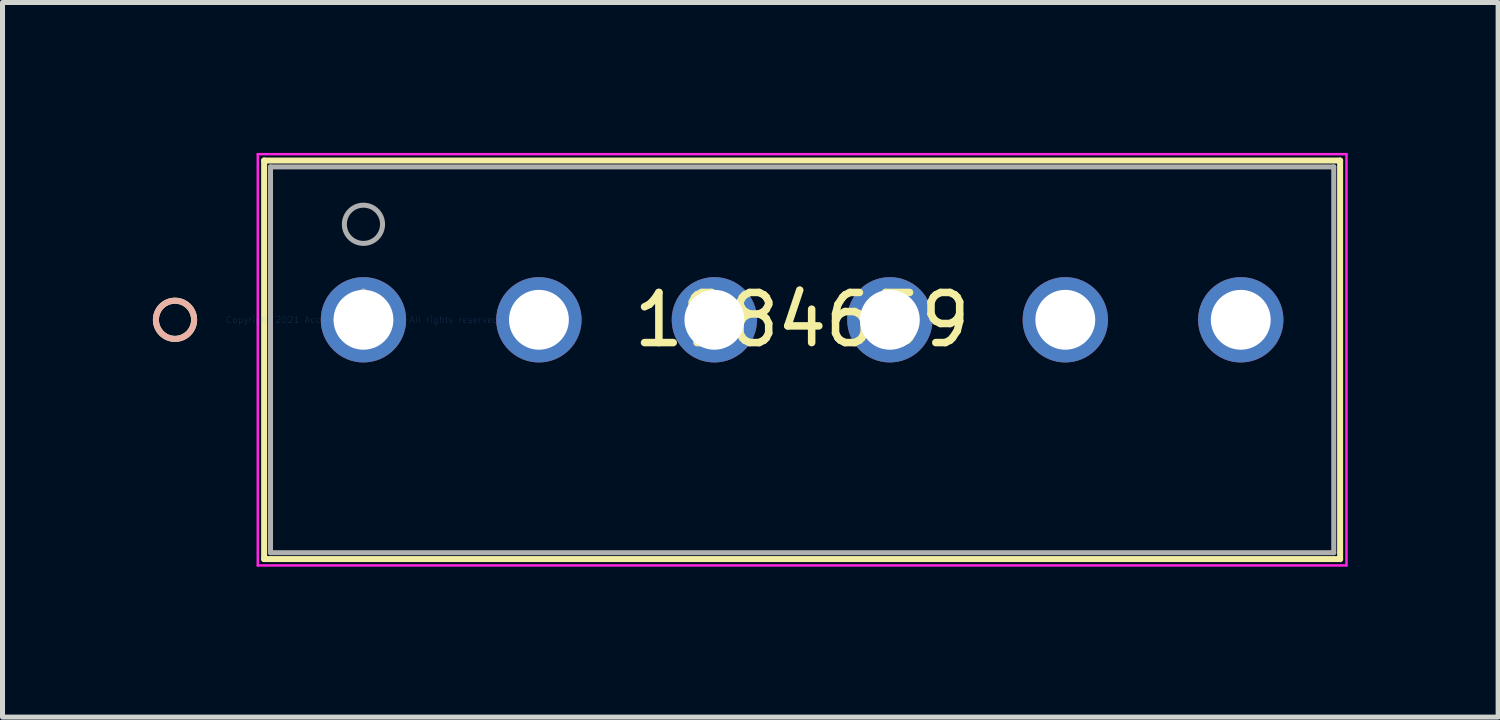
<source format=kicad_pcb>
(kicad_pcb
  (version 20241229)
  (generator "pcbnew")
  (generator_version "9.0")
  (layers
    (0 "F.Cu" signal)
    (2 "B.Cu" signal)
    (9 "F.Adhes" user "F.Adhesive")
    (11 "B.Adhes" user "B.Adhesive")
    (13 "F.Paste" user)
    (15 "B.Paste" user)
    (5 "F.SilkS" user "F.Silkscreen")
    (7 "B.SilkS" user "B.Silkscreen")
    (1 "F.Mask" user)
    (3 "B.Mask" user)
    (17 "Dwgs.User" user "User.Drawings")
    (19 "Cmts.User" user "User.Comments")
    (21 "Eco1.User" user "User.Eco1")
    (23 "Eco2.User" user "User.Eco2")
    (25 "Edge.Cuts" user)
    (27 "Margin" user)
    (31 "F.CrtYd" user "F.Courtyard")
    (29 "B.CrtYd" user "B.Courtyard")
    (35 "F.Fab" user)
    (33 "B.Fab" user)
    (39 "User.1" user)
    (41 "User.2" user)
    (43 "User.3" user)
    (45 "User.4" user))
  (footprint "1984659"
    (layer "F.Cu")
    (at 4.2 3.329)
    (property "Reference" "1984659" (at 8.75 0 0) (layer "F.SilkS") (effects (font (size 1 1) (thickness 0.15))))
    (attr through_hole)
    (fp_line (start -1.981 -3.177) (end -1.981 4.773) (stroke (width 0.12) (type solid)) (layer "F.SilkS"))
    (fp_line (start -1.981 4.773) (end 19.482 4.773) (stroke (width 0.12) (type solid)) (layer "F.SilkS"))
    (fp_line (start 19.482 -3.177) (end -1.981 -3.177) (stroke (width 0.12) (type solid)) (layer "F.SilkS"))
    (fp_line (start 19.482 4.773) (end 19.482 -3.177) (stroke (width 0.12) (type solid)) (layer "F.SilkS"))
    (fp_circle (center -3.759 0) (end -3.378 0) (stroke (width 0.12) (type solid)) (fill no) (layer "F.SilkS"))
    (fp_circle (center -3.759 0) (end -3.378 0) (stroke (width 0.12) (type solid)) (fill no) (layer "B.SilkS"))
    (fp_line (start -2.108 -3.304) (end -2.108 4.9) (stroke (width 0.05) (type solid)) (layer "F.CrtYd"))
    (fp_line (start -2.108 4.9) (end 19.609 4.9) (stroke (width 0.05) (type solid)) (layer "F.CrtYd"))
    (fp_line (start 19.609 -3.304) (end -2.108 -3.304) (stroke (width 0.05) (type solid)) (layer "F.CrtYd"))
    (fp_line (start 19.609 4.9) (end 19.609 -3.304) (stroke (width 0.05) (type solid)) (layer "F.CrtYd"))
    (fp_line (start -1.854 -3.05) (end -1.854 4.646) (stroke (width 0.1) (type solid)) (layer "F.Fab"))
    (fp_line (start -1.854 4.646) (end 19.355 4.646) (stroke (width 0.1) (type solid)) (layer "F.Fab"))
    (fp_line (start 19.355 -3.05) (end -1.854 -3.05) (stroke (width 0.1) (type solid)) (layer "F.Fab"))
    (fp_line (start 19.355 4.646) (end 19.355 -3.05) (stroke (width 0.1) (type solid)) (layer "F.Fab"))
    (fp_circle (center 0 -1.905) (end 0.381 -1.905) (stroke (width 0.1) (type solid)) (fill no) (layer "F.Fab"))
    (fp_text user "*" (at 0 0 0) (layer "F.SilkS") (effects (font (size 1 1) (thickness 0.15))))
    (fp_text user "Copyright 2021 Accelerated Designs. All rights reserved." (at 0 0 0) (layer "Cmts.User") (effects (font (size 0.127 0.127) (thickness 0.002))))
    (fp_text user "*" (at 0 0 0) (layer "F.Fab") (effects (font (size 1 1) (thickness 0.15))))
    (pad "1" thru_hole circle (at 0 0) (size 1.702 1.702) (drill 1.194) (layers "*.Cu" "*.Mask"))
    (pad "2" thru_hole circle (at 3.5 0) (size 1.702 1.702) (drill 1.194) (layers "*.Cu" "*.Mask"))
    (pad "3" thru_hole circle (at 7 0) (size 1.702 1.702) (drill 1.194) (layers "*.Cu" "*.Mask"))
    (pad "4" thru_hole circle (at 10.5 0) (size 1.702 1.702) (drill 1.194) (layers "*.Cu" "*.Mask"))
    (pad "5" thru_hole circle (at 14 0) (size 1.702 1.702) (drill 1.194) (layers "*.Cu" "*.Mask"))
    (pad "6" thru_hole circle (at 17.5 0) (size 1.702 1.702) (drill 1.194) (layers "*.Cu" "*.Mask")))
  (gr_rect
    (start -3 -3)
    (end 26.834 11.254)
    (stroke (width 0.1) (type default))
    (fill no)
    (layer "Edge.Cuts")))
</source>
